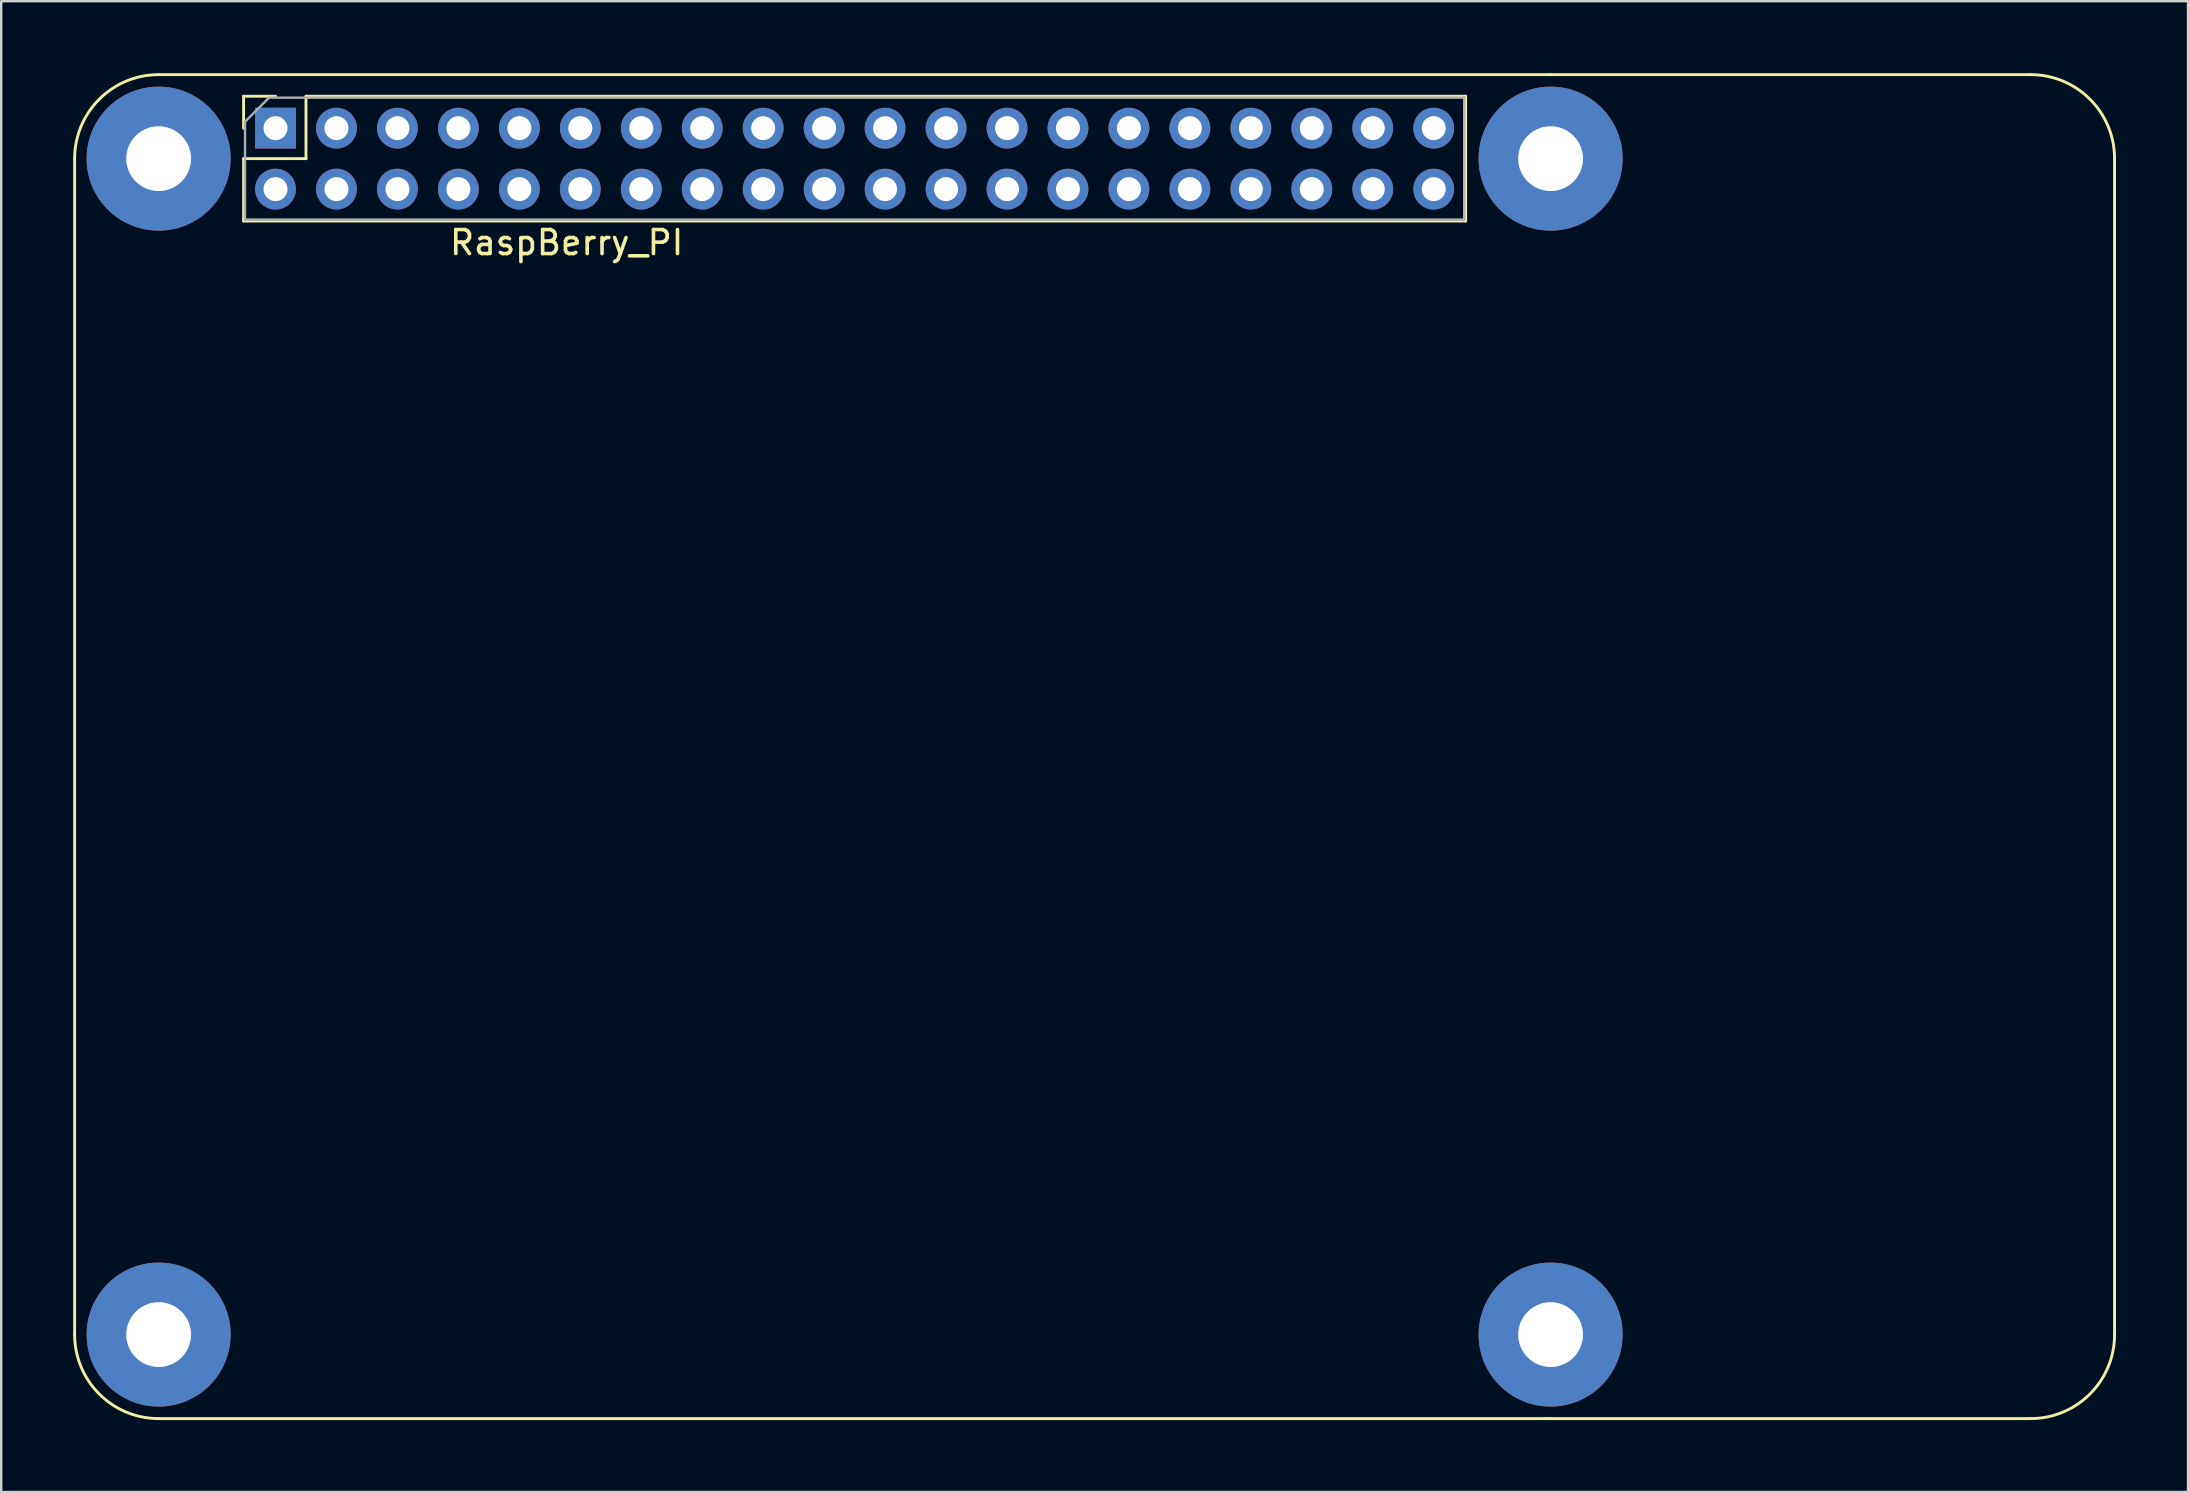
<source format=kicad_pcb>
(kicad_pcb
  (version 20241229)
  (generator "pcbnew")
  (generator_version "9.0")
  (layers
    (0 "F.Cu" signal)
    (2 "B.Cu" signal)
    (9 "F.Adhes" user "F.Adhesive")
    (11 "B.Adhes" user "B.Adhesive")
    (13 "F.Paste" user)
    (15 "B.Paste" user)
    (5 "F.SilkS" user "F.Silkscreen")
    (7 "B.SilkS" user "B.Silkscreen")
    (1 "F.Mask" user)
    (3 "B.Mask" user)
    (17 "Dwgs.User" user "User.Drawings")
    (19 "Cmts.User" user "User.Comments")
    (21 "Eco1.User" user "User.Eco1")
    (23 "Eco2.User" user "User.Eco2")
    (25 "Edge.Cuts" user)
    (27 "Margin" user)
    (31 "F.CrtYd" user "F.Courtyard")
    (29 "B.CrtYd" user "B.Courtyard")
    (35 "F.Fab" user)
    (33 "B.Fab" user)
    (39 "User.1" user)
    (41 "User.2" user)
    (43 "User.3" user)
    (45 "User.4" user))
  (footprint "RaspBerry_PI"
    (layer "F.Cu")
    (at 32.56 3.56)
    (property "Reference" "RaspBerry_PI" (at -12 3.5 0) (layer "F.SilkS") (effects (font (size 1 1) (thickness 0.15))))
    (attr through_hole)
    (fp_line (start -32.5 49) (end -32.5 0) (stroke (width 0.12) (type solid)) (layer "F.SilkS"))
    (fp_line (start -29 -3.5) (end 29 -3.5) (stroke (width 0.12) (type solid)) (layer "F.SilkS"))
    (fp_line (start -25.46 -2.6) (end -24.13 -2.6) (stroke (width 0.12) (type solid)) (layer "F.SilkS"))
    (fp_line (start -25.46 -1.27) (end -25.46 -2.6) (stroke (width 0.12) (type solid)) (layer "F.SilkS"))
    (fp_line (start -25.46 0) (end -22.86 0) (stroke (width 0.12) (type solid)) (layer "F.SilkS"))
    (fp_line (start -25.46 2.6) (end -25.46 0) (stroke (width 0.12) (type solid)) (layer "F.SilkS"))
    (fp_line (start -25.46 2.6) (end 25.46 2.6) (stroke (width 0.12) (type solid)) (layer "F.SilkS"))
    (fp_line (start -22.86 -2.6) (end 25.46 -2.6) (stroke (width 0.12) (type solid)) (layer "F.SilkS"))
    (fp_line (start -22.86 0) (end -22.86 -2.6) (stroke (width 0.12) (type solid)) (layer "F.SilkS"))
    (fp_line (start 25.46 2.6) (end 25.46 -2.6) (stroke (width 0.12) (type solid)) (layer "F.SilkS"))
    (fp_line (start 29 -3.5) (end 49 -3.5) (stroke (width 0.12) (type solid)) (layer "F.SilkS"))
    (fp_line (start 29 52.5) (end -29 52.5) (stroke (width 0.12) (type solid)) (layer "F.SilkS"))
    (fp_line (start 29 52.5) (end 49 52.5) (stroke (width 0.12) (type solid)) (layer "F.SilkS"))
    (fp_line (start 52.5 0) (end 52.5 49) (stroke (width 0.12) (type solid)) (layer "F.SilkS"))
    (fp_arc (start -32.5 0) (mid -31.474874 -2.474874) (end -29 -3.5) (stroke (width 0.12) (type solid)) (layer "F.SilkS"))
    (fp_arc (start -29 52.5) (mid -31.474874 51.474874) (end -32.5 49) (stroke (width 0.12) (type solid)) (layer "F.SilkS"))
    (fp_arc (start 49 -3.5) (mid 51.474874 -2.474874) (end 52.5 0) (stroke (width 0.12) (type solid)) (layer "F.SilkS"))
    (fp_arc (start 52.5 49) (mid 51.474874 51.474874) (end 49 52.5) (stroke (width 0.12) (type solid)) (layer "F.SilkS"))
    (fp_line (start -25.4 -1.54) (end -24.4 -2.54) (stroke (width 0.1) (type solid)) (layer "F.Fab"))
    (fp_line (start -25.4 2.54) (end -25.4 -1.54) (stroke (width 0.1) (type solid)) (layer "F.Fab"))
    (fp_line (start -24.4 -2.54) (end 25.4 -2.54) (stroke (width 0.1) (type solid)) (layer "F.Fab"))
    (fp_line (start 25.4 -2.54) (end 25.4 2.54) (stroke (width 0.1) (type solid)) (layer "F.Fab"))
    (fp_line (start 25.4 2.54) (end -25.4 2.54) (stroke (width 0.1) (type solid)) (layer "F.Fab"))
    (pad "" thru_hole circle (at -29 0) (size 6 6) (drill 2.7) (layers "*.Cu" "*.Mask"))
    (pad "" thru_hole circle (at -29 49) (size 6 6) (drill 2.7) (layers "*.Cu" "*.Mask"))
    (pad "" thru_hole circle (at 29 0 180) (size 6 6) (drill 2.7) (layers "*.Cu" "*.Mask"))
    (pad "" thru_hole circle (at 29 49 180) (size 6 6) (drill 2.7) (layers "*.Cu" "*.Mask"))
    (pad "1" thru_hole rect (at -24.13 -1.27 90) (size 1.7 1.7) (drill 1) (layers "*.Cu" "*.Mask"))
    (pad "2" thru_hole oval (at -24.13 1.27 90) (size 1.7 1.7) (drill 1) (layers "*.Cu" "*.Mask"))
    (pad "3" thru_hole oval (at -21.59 -1.27 90) (size 1.7 1.7) (drill 1) (layers "*.Cu" "*.Mask"))
    (pad "4" thru_hole oval (at -21.59 1.27 90) (size 1.7 1.7) (drill 1) (layers "*.Cu" "*.Mask"))
    (pad "5" thru_hole oval (at -19.05 -1.27 90) (size 1.7 1.7) (drill 1) (layers "*.Cu" "*.Mask"))
    (pad "6" thru_hole oval (at -19.05 1.27 90) (size 1.7 1.7) (drill 1) (layers "*.Cu" "*.Mask"))
    (pad "7" thru_hole oval (at -16.51 -1.27 90) (size 1.7 1.7) (drill 1) (layers "*.Cu" "*.Mask"))
    (pad "8" thru_hole oval (at -16.51 1.27 90) (size 1.7 1.7) (drill 1) (layers "*.Cu" "*.Mask"))
    (pad "9" thru_hole oval (at -13.97 -1.27 90) (size 1.7 1.7) (drill 1) (layers "*.Cu" "*.Mask"))
    (pad "10" thru_hole oval (at -13.97 1.27 90) (size 1.7 1.7) (drill 1) (layers "*.Cu" "*.Mask"))
    (pad "11" thru_hole oval (at -11.43 -1.27 90) (size 1.7 1.7) (drill 1) (layers "*.Cu" "*.Mask"))
    (pad "12" thru_hole oval (at -11.43 1.27 90) (size 1.7 1.7) (drill 1) (layers "*.Cu" "*.Mask"))
    (pad "13" thru_hole oval (at -8.89 -1.27 90) (size 1.7 1.7) (drill 1) (layers "*.Cu" "*.Mask"))
    (pad "14" thru_hole oval (at -8.89 1.27 90) (size 1.7 1.7) (drill 1) (layers "*.Cu" "*.Mask"))
    (pad "15" thru_hole oval (at -6.35 -1.27 90) (size 1.7 1.7) (drill 1) (layers "*.Cu" "*.Mask"))
    (pad "16" thru_hole oval (at -6.35 1.27 90) (size 1.7 1.7) (drill 1) (layers "*.Cu" "*.Mask"))
    (pad "17" thru_hole oval (at -3.81 -1.27 90) (size 1.7 1.7) (drill 1) (layers "*.Cu" "*.Mask"))
    (pad "18" thru_hole oval (at -3.81 1.27 90) (size 1.7 1.7) (drill 1) (layers "*.Cu" "*.Mask"))
    (pad "19" thru_hole oval (at -1.27 -1.27 90) (size 1.7 1.7) (drill 1) (layers "*.Cu" "*.Mask"))
    (pad "20" thru_hole oval (at -1.27 1.27 90) (size 1.7 1.7) (drill 1) (layers "*.Cu" "*.Mask"))
    (pad "21" thru_hole oval (at 1.27 -1.27 90) (size 1.7 1.7) (drill 1) (layers "*.Cu" "*.Mask"))
    (pad "22" thru_hole oval (at 1.27 1.27 90) (size 1.7 1.7) (drill 1) (layers "*.Cu" "*.Mask"))
    (pad "23" thru_hole oval (at 3.81 -1.27 90) (size 1.7 1.7) (drill 1) (layers "*.Cu" "*.Mask"))
    (pad "24" thru_hole oval (at 3.81 1.27 90) (size 1.7 1.7) (drill 1) (layers "*.Cu" "*.Mask"))
    (pad "25" thru_hole oval (at 6.35 -1.27 90) (size 1.7 1.7) (drill 1) (layers "*.Cu" "*.Mask"))
    (pad "26" thru_hole oval (at 6.35 1.27 90) (size 1.7 1.7) (drill 1) (layers "*.Cu" "*.Mask"))
    (pad "27" thru_hole oval (at 8.89 -1.27 90) (size 1.7 1.7) (drill 1) (layers "*.Cu" "*.Mask"))
    (pad "28" thru_hole oval (at 8.89 1.27 90) (size 1.7 1.7) (drill 1) (layers "*.Cu" "*.Mask"))
    (pad "29" thru_hole oval (at 11.43 -1.27 90) (size 1.7 1.7) (drill 1) (layers "*.Cu" "*.Mask"))
    (pad "30" thru_hole oval (at 11.43 1.27 90) (size 1.7 1.7) (drill 1) (layers "*.Cu" "*.Mask"))
    (pad "31" thru_hole oval (at 13.97 -1.27 90) (size 1.7 1.7) (drill 1) (layers "*.Cu" "*.Mask"))
    (pad "32" thru_hole oval (at 13.97 1.27 90) (size 1.7 1.7) (drill 1) (layers "*.Cu" "*.Mask"))
    (pad "33" thru_hole oval (at 16.51 -1.27 90) (size 1.7 1.7) (drill 1) (layers "*.Cu" "*.Mask"))
    (pad "34" thru_hole oval (at 16.51 1.27 90) (size 1.7 1.7) (drill 1) (layers "*.Cu" "*.Mask"))
    (pad "35" thru_hole oval (at 19.05 -1.27 90) (size 1.7 1.7) (drill 1) (layers "*.Cu" "*.Mask"))
    (pad "36" thru_hole oval (at 19.05 1.27 90) (size 1.7 1.7) (drill 1) (layers "*.Cu" "*.Mask"))
    (pad "37" thru_hole oval (at 21.59 -1.27 90) (size 1.7 1.7) (drill 1) (layers "*.Cu" "*.Mask"))
    (pad "38" thru_hole oval (at 21.59 1.27 90) (size 1.7 1.7) (drill 1) (layers "*.Cu" "*.Mask"))
    (pad "39" thru_hole oval (at 24.13 -1.27 90) (size 1.7 1.7) (drill 1) (layers "*.Cu" "*.Mask"))
    (pad "40" thru_hole oval (at 24.13 1.27 90) (size 1.7 1.7) (drill 1) (layers "*.Cu" "*.Mask")))
  (gr_rect
    (start -3 -3)
    (end 88.12 59.12)
    (stroke (width 0.1) (type default))
    (fill no)
    (layer "Edge.Cuts")))
</source>
